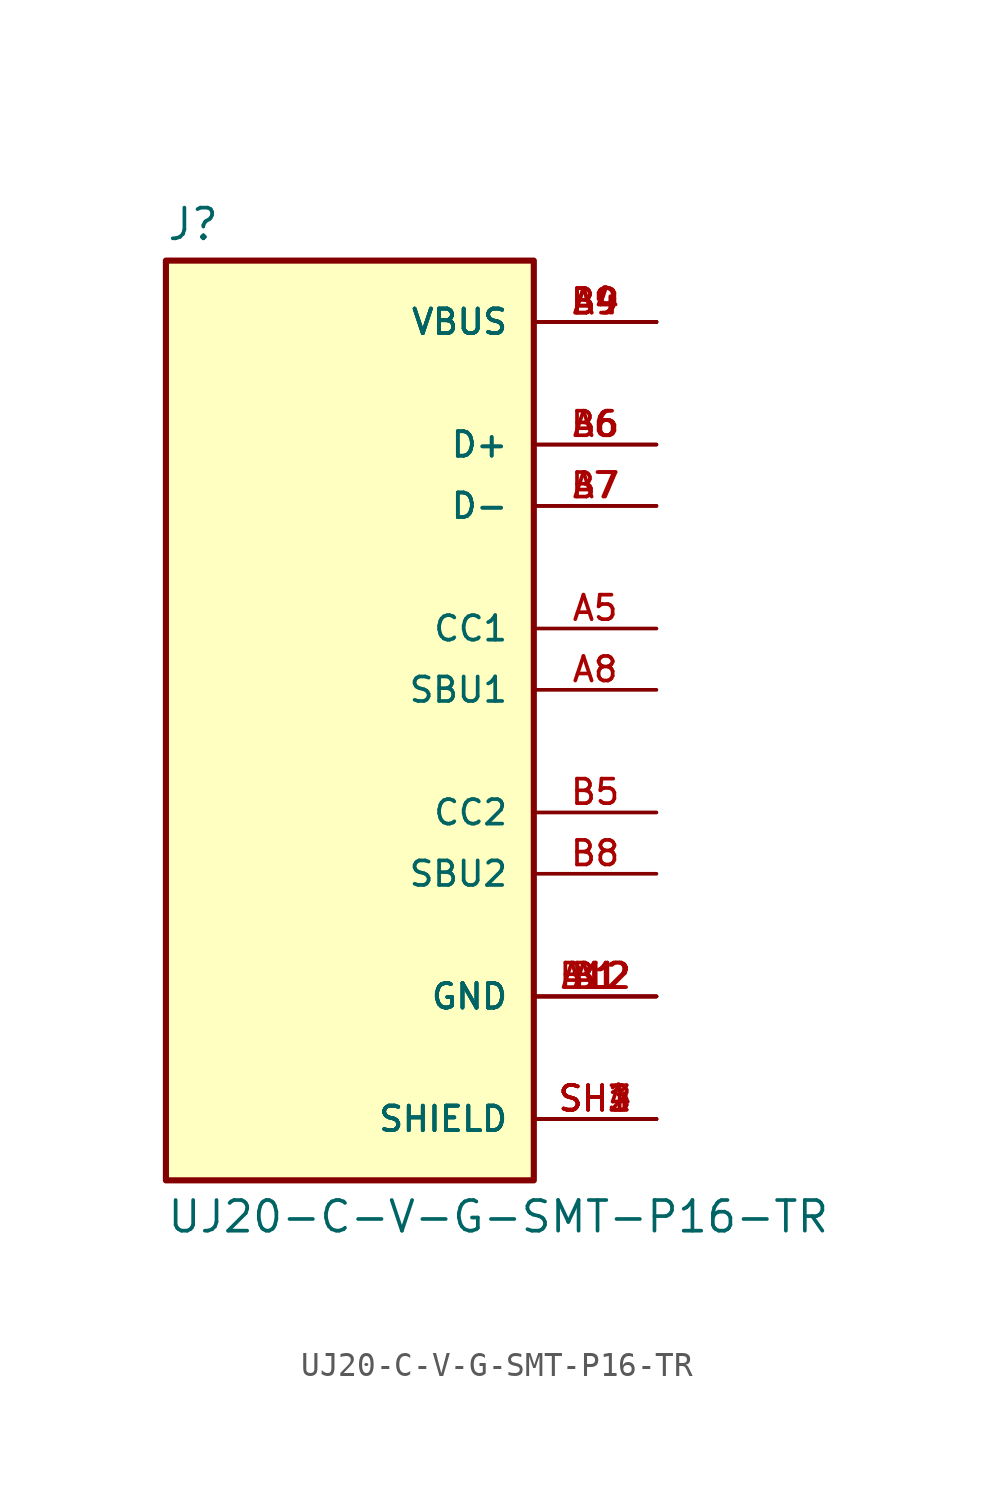
<source format=kicad_sym>
(kicad_symbol_lib
  (version 20211014)
  (generator kicad_symbol_editor)
  (symbol "UJ20-C-V-G-SMT-P16-TR"
    (pin_names
      (offset 1.016))
    (property "Reference" "J"
      (at -7.62 18.542 0)
      (effects (font (size 1.27 1.27)) (justify bottom left)))
    (property "Value" "UJ20-C-V-G-SMT-P16-TR"
      (at -7.62 -21.082 0)
      (effects (font (size 1.27 1.27)) (justify top left)))
    (symbol "UJ20-C-V-G-SMT-P16-TR_0_0"
      (rectangle (start -7.62 -20.32) (end 7.62 17.78) (stroke (width 0.254)) (fill (type background)))
      (pin power_in line (at 12.7 15.24 180.0) (length 5.08) (name "VBUS" (effects (font (size 1.016 1.016)))) (number "A4" (effects (font (size 1.016 1.016)))))
      (pin power_in line (at 12.7 15.24 180.0) (length 5.08) (name "VBUS" (effects (font (size 1.016 1.016)))) (number "A9" (effects (font (size 1.016 1.016)))))
      (pin power_in line (at 12.7 15.24 180.0) (length 5.08) (name "VBUS" (effects (font (size 1.016 1.016)))) (number "B4" (effects (font (size 1.016 1.016)))))
      (pin power_in line (at 12.7 15.24 180.0) (length 5.08) (name "VBUS" (effects (font (size 1.016 1.016)))) (number "B9" (effects (font (size 1.016 1.016)))))
      (pin passive line (at 12.7 -17.78 180.0) (length 5.08) (name "SHIELD" (effects (font (size 1.016 1.016)))) (number "SH1" (effects (font (size 1.016 1.016)))))
      (pin passive line (at 12.7 -17.78 180.0) (length 5.08) (name "SHIELD" (effects (font (size 1.016 1.016)))) (number "SH2" (effects (font (size 1.016 1.016)))))
      (pin passive line (at 12.7 -17.78 180.0) (length 5.08) (name "SHIELD" (effects (font (size 1.016 1.016)))) (number "SH3" (effects (font (size 1.016 1.016)))))
      (pin passive line (at 12.7 -17.78 180.0) (length 5.08) (name "SHIELD" (effects (font (size 1.016 1.016)))) (number "SH4" (effects (font (size 1.016 1.016)))))
      (pin passive line (at 12.7 10.16 180.0) (length 5.08) (name "D+" (effects (font (size 1.016 1.016)))) (number "A6" (effects (font (size 1.016 1.016)))))
      (pin passive line (at 12.7 10.16 180.0) (length 5.08) (name "D+" (effects (font (size 1.016 1.016)))) (number "B6" (effects (font (size 1.016 1.016)))))
      (pin passive line (at 12.7 7.62 180.0) (length 5.08) (name "D-" (effects (font (size 1.016 1.016)))) (number "A7" (effects (font (size 1.016 1.016)))))
      (pin passive line (at 12.7 7.62 180.0) (length 5.08) (name "D-" (effects (font (size 1.016 1.016)))) (number "B7" (effects (font (size 1.016 1.016)))))
      (pin power_in line (at 12.7 -12.7 180.0) (length 5.08) (name "GND" (effects (font (size 1.016 1.016)))) (number "A1" (effects (font (size 1.016 1.016)))))
      (pin power_in line (at 12.7 -12.7 180.0) (length 5.08) (name "GND" (effects (font (size 1.016 1.016)))) (number "A12" (effects (font (size 1.016 1.016)))))
      (pin power_in line (at 12.7 -12.7 180.0) (length 5.08) (name "GND" (effects (font (size 1.016 1.016)))) (number "B1" (effects (font (size 1.016 1.016)))))
      (pin power_in line (at 12.7 -12.7 180.0) (length 5.08) (name "GND" (effects (font (size 1.016 1.016)))) (number "B12" (effects (font (size 1.016 1.016)))))
      (pin passive line (at 12.7 2.54 180.0) (length 5.08) (name "CC1" (effects (font (size 1.016 1.016)))) (number "A5" (effects (font (size 1.016 1.016)))))
      (pin passive line (at 12.7 0.0 180.0) (length 5.08) (name "SBU1" (effects (font (size 1.016 1.016)))) (number "A8" (effects (font (size 1.016 1.016)))))
      (pin passive line (at 12.7 -5.08 180.0) (length 5.08) (name "CC2" (effects (font (size 1.016 1.016)))) (number "B5" (effects (font (size 1.016 1.016)))))
      (pin passive line (at 12.7 -7.62 180.0) (length 5.08) (name "SBU2" (effects (font (size 1.016 1.016)))) (number "B8" (effects (font (size 1.016 1.016))))))))
</source>
